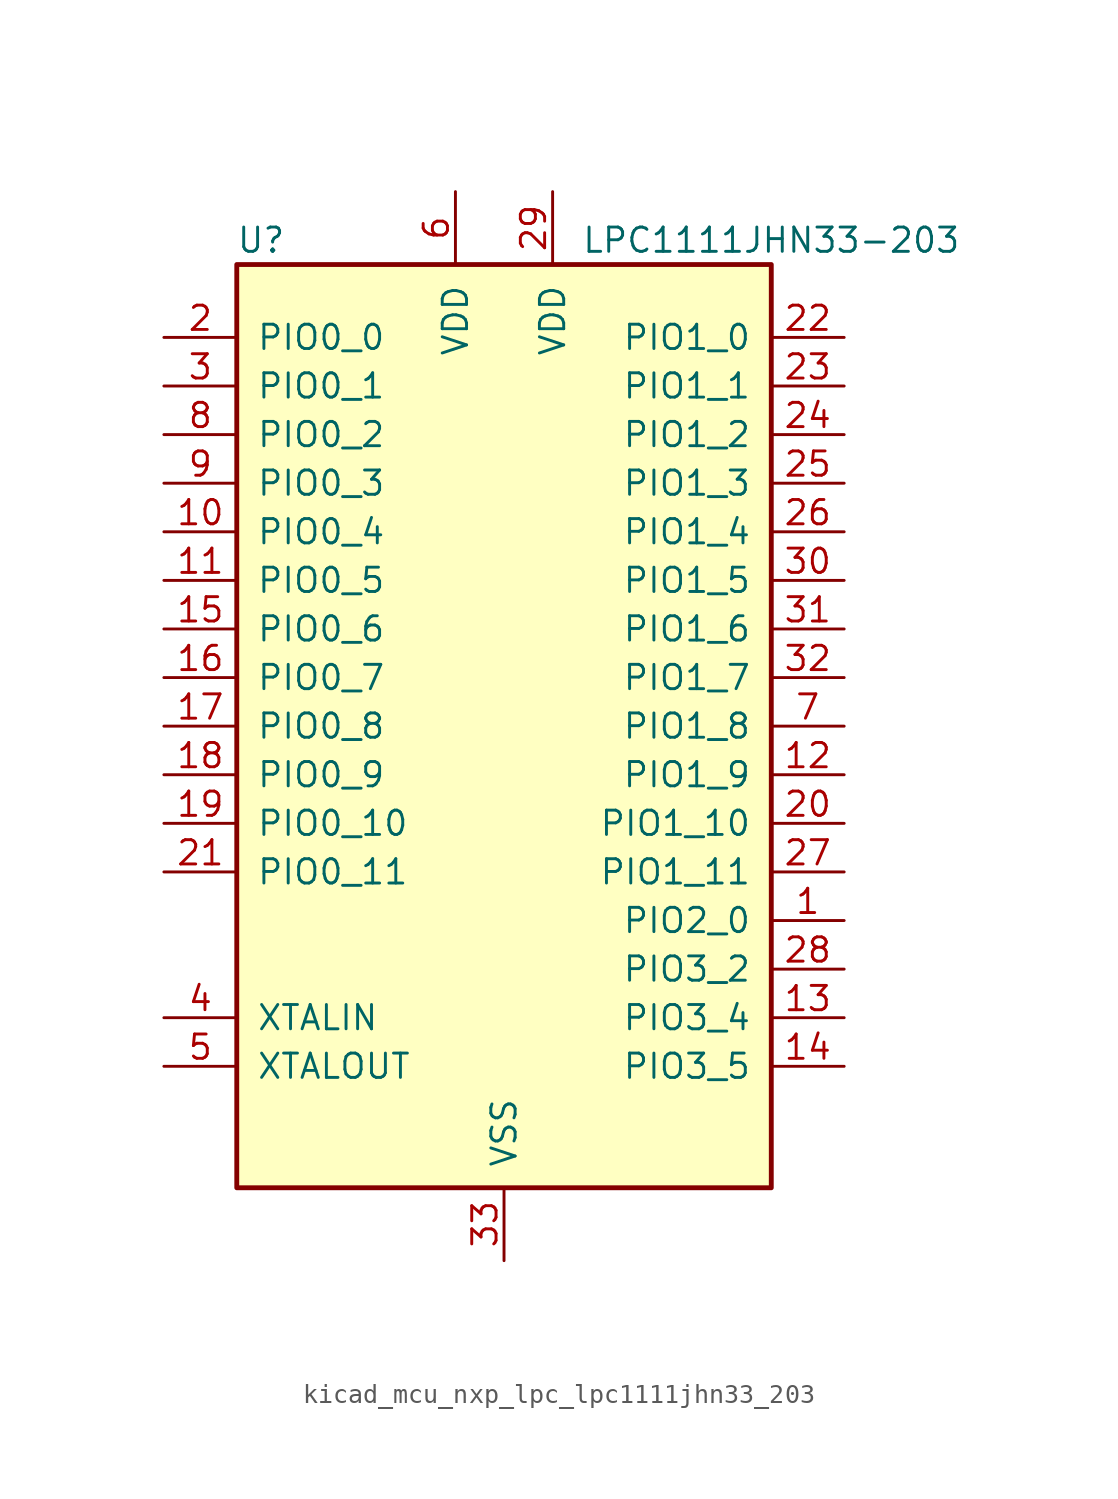
<source format=kicad_sym>
(kicad_symbol_lib
  (version 20220914)
  (generator kicad_symbol_editor)
  (symbol "kicad_mcu_nxp_lpc_lpc1111jhn33_203"
    (pin_names
      (offset 1.016))
    (property "Reference" "U"
      (at -12.7 25.4 0)
      (effects (font (size 1.27 1.27))))
    (property "Value" "LPC1111JHN33-203"
      (at 13.97 25.4 0)
      (effects (font (size 1.27 1.27))))
    (symbol "kicad_mcu_nxp_lpc_lpc1111jhn33_203_0_1"
      (rectangle (start -13.97 24.13) (end 13.97 -24.13) (stroke (width 0.254) (type default)) (fill (type background))))
    (symbol "kicad_mcu_nxp_lpc_lpc1111jhn33_203_1_1"
      (pin bidirectional line (at 17.78 -10.16 180) (length 3.81) (name "PIO2_0" (effects (font (size 1.27 1.27)))) (number "1" (effects (font (size 1.27 1.27)))))
      (pin bidirectional line (at -17.78 10.16 0) (length 3.81) (name "PIO0_4" (effects (font (size 1.27 1.27)))) (number "10" (effects (font (size 1.27 1.27)))))
      (pin bidirectional line (at -17.78 7.62 0) (length 3.81) (name "PIO0_5" (effects (font (size 1.27 1.27)))) (number "11" (effects (font (size 1.27 1.27)))))
      (pin bidirectional line (at 17.78 -2.54 180) (length 3.81) (name "PIO1_9" (effects (font (size 1.27 1.27)))) (number "12" (effects (font (size 1.27 1.27)))))
      (pin bidirectional line (at 17.78 -15.24 180) (length 3.81) (name "PIO3_4" (effects (font (size 1.27 1.27)))) (number "13" (effects (font (size 1.27 1.27)))))
      (pin bidirectional line (at 17.78 -17.78 180) (length 3.81) (name "PIO3_5" (effects (font (size 1.27 1.27)))) (number "14" (effects (font (size 1.27 1.27)))))
      (pin bidirectional line (at -17.78 5.08 0) (length 3.81) (name "PIO0_6" (effects (font (size 1.27 1.27)))) (number "15" (effects (font (size 1.27 1.27)))))
      (pin bidirectional line (at -17.78 2.54 0) (length 3.81) (name "PIO0_7" (effects (font (size 1.27 1.27)))) (number "16" (effects (font (size 1.27 1.27)))))
      (pin bidirectional line (at -17.78 0 0) (length 3.81) (name "PIO0_8" (effects (font (size 1.27 1.27)))) (number "17" (effects (font (size 1.27 1.27)))))
      (pin bidirectional line (at -17.78 -2.54 0) (length 3.81) (name "PIO0_9" (effects (font (size 1.27 1.27)))) (number "18" (effects (font (size 1.27 1.27)))))
      (pin bidirectional line (at -17.78 -5.08 0) (length 3.81) (name "PIO0_10" (effects (font (size 1.27 1.27)))) (number "19" (effects (font (size 1.27 1.27)))))
      (pin bidirectional line (at -17.78 20.32 0) (length 3.81) (name "PIO0_0" (effects (font (size 1.27 1.27)))) (number "2" (effects (font (size 1.27 1.27)))))
      (pin bidirectional line (at 17.78 -5.08 180) (length 3.81) (name "PIO1_10" (effects (font (size 1.27 1.27)))) (number "20" (effects (font (size 1.27 1.27)))))
      (pin bidirectional line (at -17.78 -7.62 0) (length 3.81) (name "PIO0_11" (effects (font (size 1.27 1.27)))) (number "21" (effects (font (size 1.27 1.27)))))
      (pin bidirectional line (at 17.78 20.32 180) (length 3.81) (name "PIO1_0" (effects (font (size 1.27 1.27)))) (number "22" (effects (font (size 1.27 1.27)))))
      (pin bidirectional line (at 17.78 17.78 180) (length 3.81) (name "PIO1_1" (effects (font (size 1.27 1.27)))) (number "23" (effects (font (size 1.27 1.27)))))
      (pin bidirectional line (at 17.78 15.24 180) (length 3.81) (name "PIO1_2" (effects (font (size 1.27 1.27)))) (number "24" (effects (font (size 1.27 1.27)))))
      (pin bidirectional line (at 17.78 12.7 180) (length 3.81) (name "PIO1_3" (effects (font (size 1.27 1.27)))) (number "25" (effects (font (size 1.27 1.27)))))
      (pin bidirectional line (at 17.78 10.16 180) (length 3.81) (name "PIO1_4" (effects (font (size 1.27 1.27)))) (number "26" (effects (font (size 1.27 1.27)))))
      (pin bidirectional line (at 17.78 -7.62 180) (length 3.81) (name "PIO1_11" (effects (font (size 1.27 1.27)))) (number "27" (effects (font (size 1.27 1.27)))))
      (pin bidirectional line (at 17.78 -12.7 180) (length 3.81) (name "PIO3_2" (effects (font (size 1.27 1.27)))) (number "28" (effects (font (size 1.27 1.27)))))
      (pin power_in line (at 2.54 27.94 270) (length 3.81) (name "VDD" (effects (font (size 1.27 1.27)))) (number "29" (effects (font (size 1.27 1.27)))))
      (pin bidirectional line (at -17.78 17.78 0) (length 3.81) (name "PIO0_1" (effects (font (size 1.27 1.27)))) (number "3" (effects (font (size 1.27 1.27)))))
      (pin bidirectional line (at 17.78 7.62 180) (length 3.81) (name "PIO1_5" (effects (font (size 1.27 1.27)))) (number "30" (effects (font (size 1.27 1.27)))))
      (pin bidirectional line (at 17.78 5.08 180) (length 3.81) (name "PIO1_6" (effects (font (size 1.27 1.27)))) (number "31" (effects (font (size 1.27 1.27)))))
      (pin bidirectional line (at 17.78 2.54 180) (length 3.81) (name "PIO1_7" (effects (font (size 1.27 1.27)))) (number "32" (effects (font (size 1.27 1.27)))))
      (pin power_in line (at 0 -27.94 90) (length 3.81) (name "VSS" (effects (font (size 1.27 1.27)))) (number "33" (effects (font (size 1.27 1.27)))))
      (pin input line (at -17.78 -15.24 0) (length 3.81) (name "XTALIN" (effects (font (size 1.27 1.27)))) (number "4" (effects (font (size 1.27 1.27)))))
      (pin output line (at -17.78 -17.78 0) (length 3.81) (name "XTALOUT" (effects (font (size 1.27 1.27)))) (number "5" (effects (font (size 1.27 1.27)))))
      (pin power_in line (at -2.54 27.94 270) (length 3.81) (name "VDD" (effects (font (size 1.27 1.27)))) (number "6" (effects (font (size 1.27 1.27)))))
      (pin bidirectional line (at 17.78 0 180) (length 3.81) (name "PIO1_8" (effects (font (size 1.27 1.27)))) (number "7" (effects (font (size 1.27 1.27)))))
      (pin bidirectional line (at -17.78 15.24 0) (length 3.81) (name "PIO0_2" (effects (font (size 1.27 1.27)))) (number "8" (effects (font (size 1.27 1.27)))))
      (pin bidirectional line (at -17.78 12.7 0) (length 3.81) (name "PIO0_3" (effects (font (size 1.27 1.27)))) (number "9" (effects (font (size 1.27 1.27))))))))
</source>
